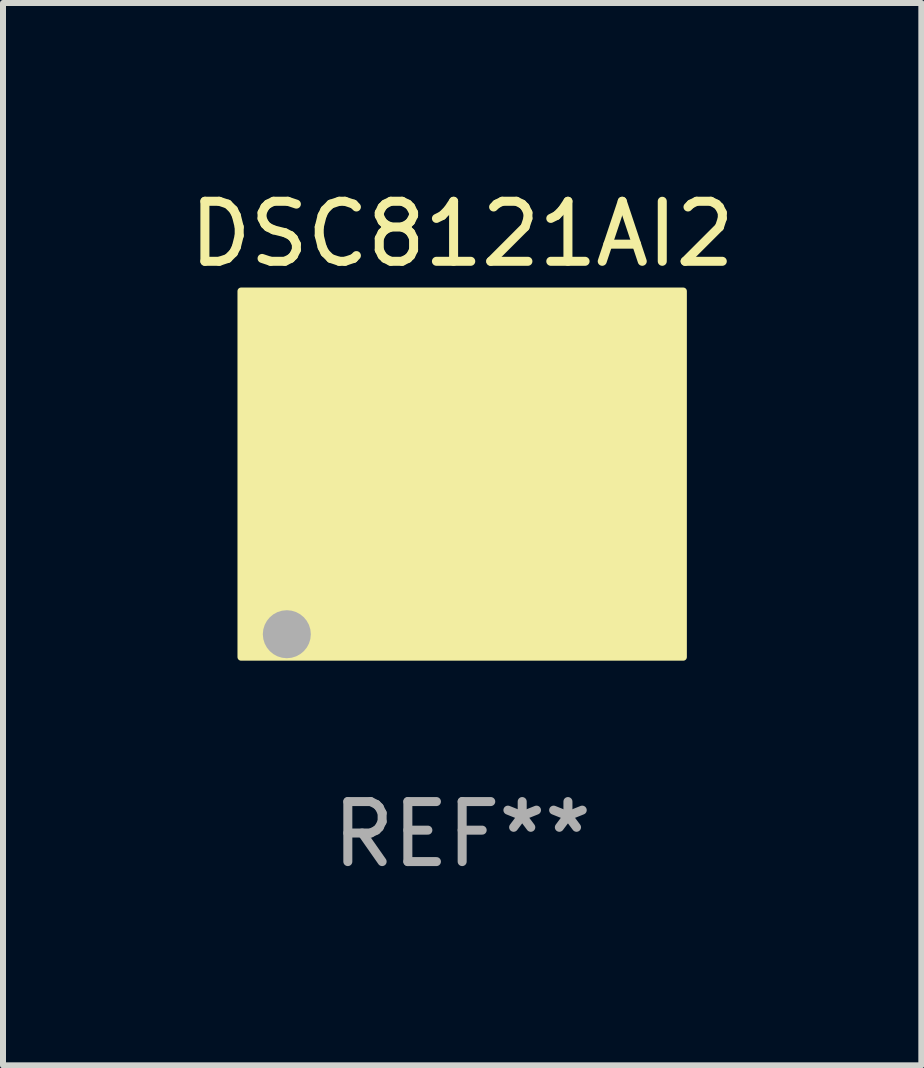
<source format=kicad_pcb>
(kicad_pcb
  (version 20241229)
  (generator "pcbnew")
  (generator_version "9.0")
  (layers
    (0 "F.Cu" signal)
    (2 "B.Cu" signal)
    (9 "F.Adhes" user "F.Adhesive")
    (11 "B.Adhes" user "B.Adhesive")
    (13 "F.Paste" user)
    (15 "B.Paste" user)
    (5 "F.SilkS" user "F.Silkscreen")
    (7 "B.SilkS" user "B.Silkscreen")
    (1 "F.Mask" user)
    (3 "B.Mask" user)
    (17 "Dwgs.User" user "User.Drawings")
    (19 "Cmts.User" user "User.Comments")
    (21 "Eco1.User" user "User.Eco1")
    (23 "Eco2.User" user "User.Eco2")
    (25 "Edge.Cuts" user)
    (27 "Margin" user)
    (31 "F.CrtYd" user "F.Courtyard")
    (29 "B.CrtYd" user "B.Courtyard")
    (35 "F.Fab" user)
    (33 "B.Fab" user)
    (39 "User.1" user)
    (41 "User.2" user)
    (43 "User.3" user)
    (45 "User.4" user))
  (footprint "DSC8121AI2"
    (layer "F.Cu")
    (at 4.649 4.848)
    (property "Reference" "DSC8121AI2" (at 0 -4 0) (layer "F.SilkS") (effects (font (size 1 1) (thickness 0.15))))
    (attr through_hole)
    (fp_circle (center -3.5 2.5) (end -3.47 2.5) (stroke (width 0.06) (type solid)) (fill no) (layer "F.SilkS"))
    (fp_poly (pts (xy -3.683 -3.048) (xy 3.683 -3.048) (xy 3.683 3.048) (xy -3.683 3.048)) (stroke (width 0.12) (type solid)) (fill yes) (layer "F.SilkS"))
    (fp_circle (center -2.921 2.667) (end -2.721 2.667) (stroke (width 0.4) (type solid)) (fill no) (layer "F.Fab"))
    (fp_text user "REF**" (at 0 6 0) (layer "F.Fab") (effects (font (size 1 1) (thickness 0.15))))
    (pad "1" smd rect (at -2.54 2) (size 1.5 1.4) (layers "F.Cu" "F.Mask" "F.Paste"))
    (pad "2" smd rect (at 0 2) (size 1.5 1.4) (layers "F.Cu" "F.Mask" "F.Paste"))
    (pad "3" smd rect (at 2.54 2) (size 1.5 1.4) (layers "F.Cu" "F.Mask" "F.Paste"))
    (pad "4" smd rect (at 2.54 -2 180) (size 1.5 1.4) (layers "F.Cu" "F.Mask" "F.Paste"))
    (pad "5" smd rect (at 0 -2 180) (size 1.5 1.4) (layers "F.Cu" "F.Mask" "F.Paste"))
    (pad "6" smd rect (at -2.54 -2 180) (size 1.5 1.4) (layers "F.Cu" "F.Mask" "F.Paste"))
    (pad "7" smd custom (at 0 0) (size 2.8 1.8) (layers "F.Cu" "F.Mask" "F.Paste") (options (anchor circle)) (primitives (gr_poly (pts (xy -1.4 -0.9) (xy 1.4 -0.9) (xy 1.4 0.9) (xy -1.4 0.9)) (width 0) (fill yes)))))
  (gr_rect
    (start -3 -3)
    (end 12.298 14.697)
    (stroke (width 0.1) (type default))
    (fill no)
    (layer "Edge.Cuts")))
</source>
